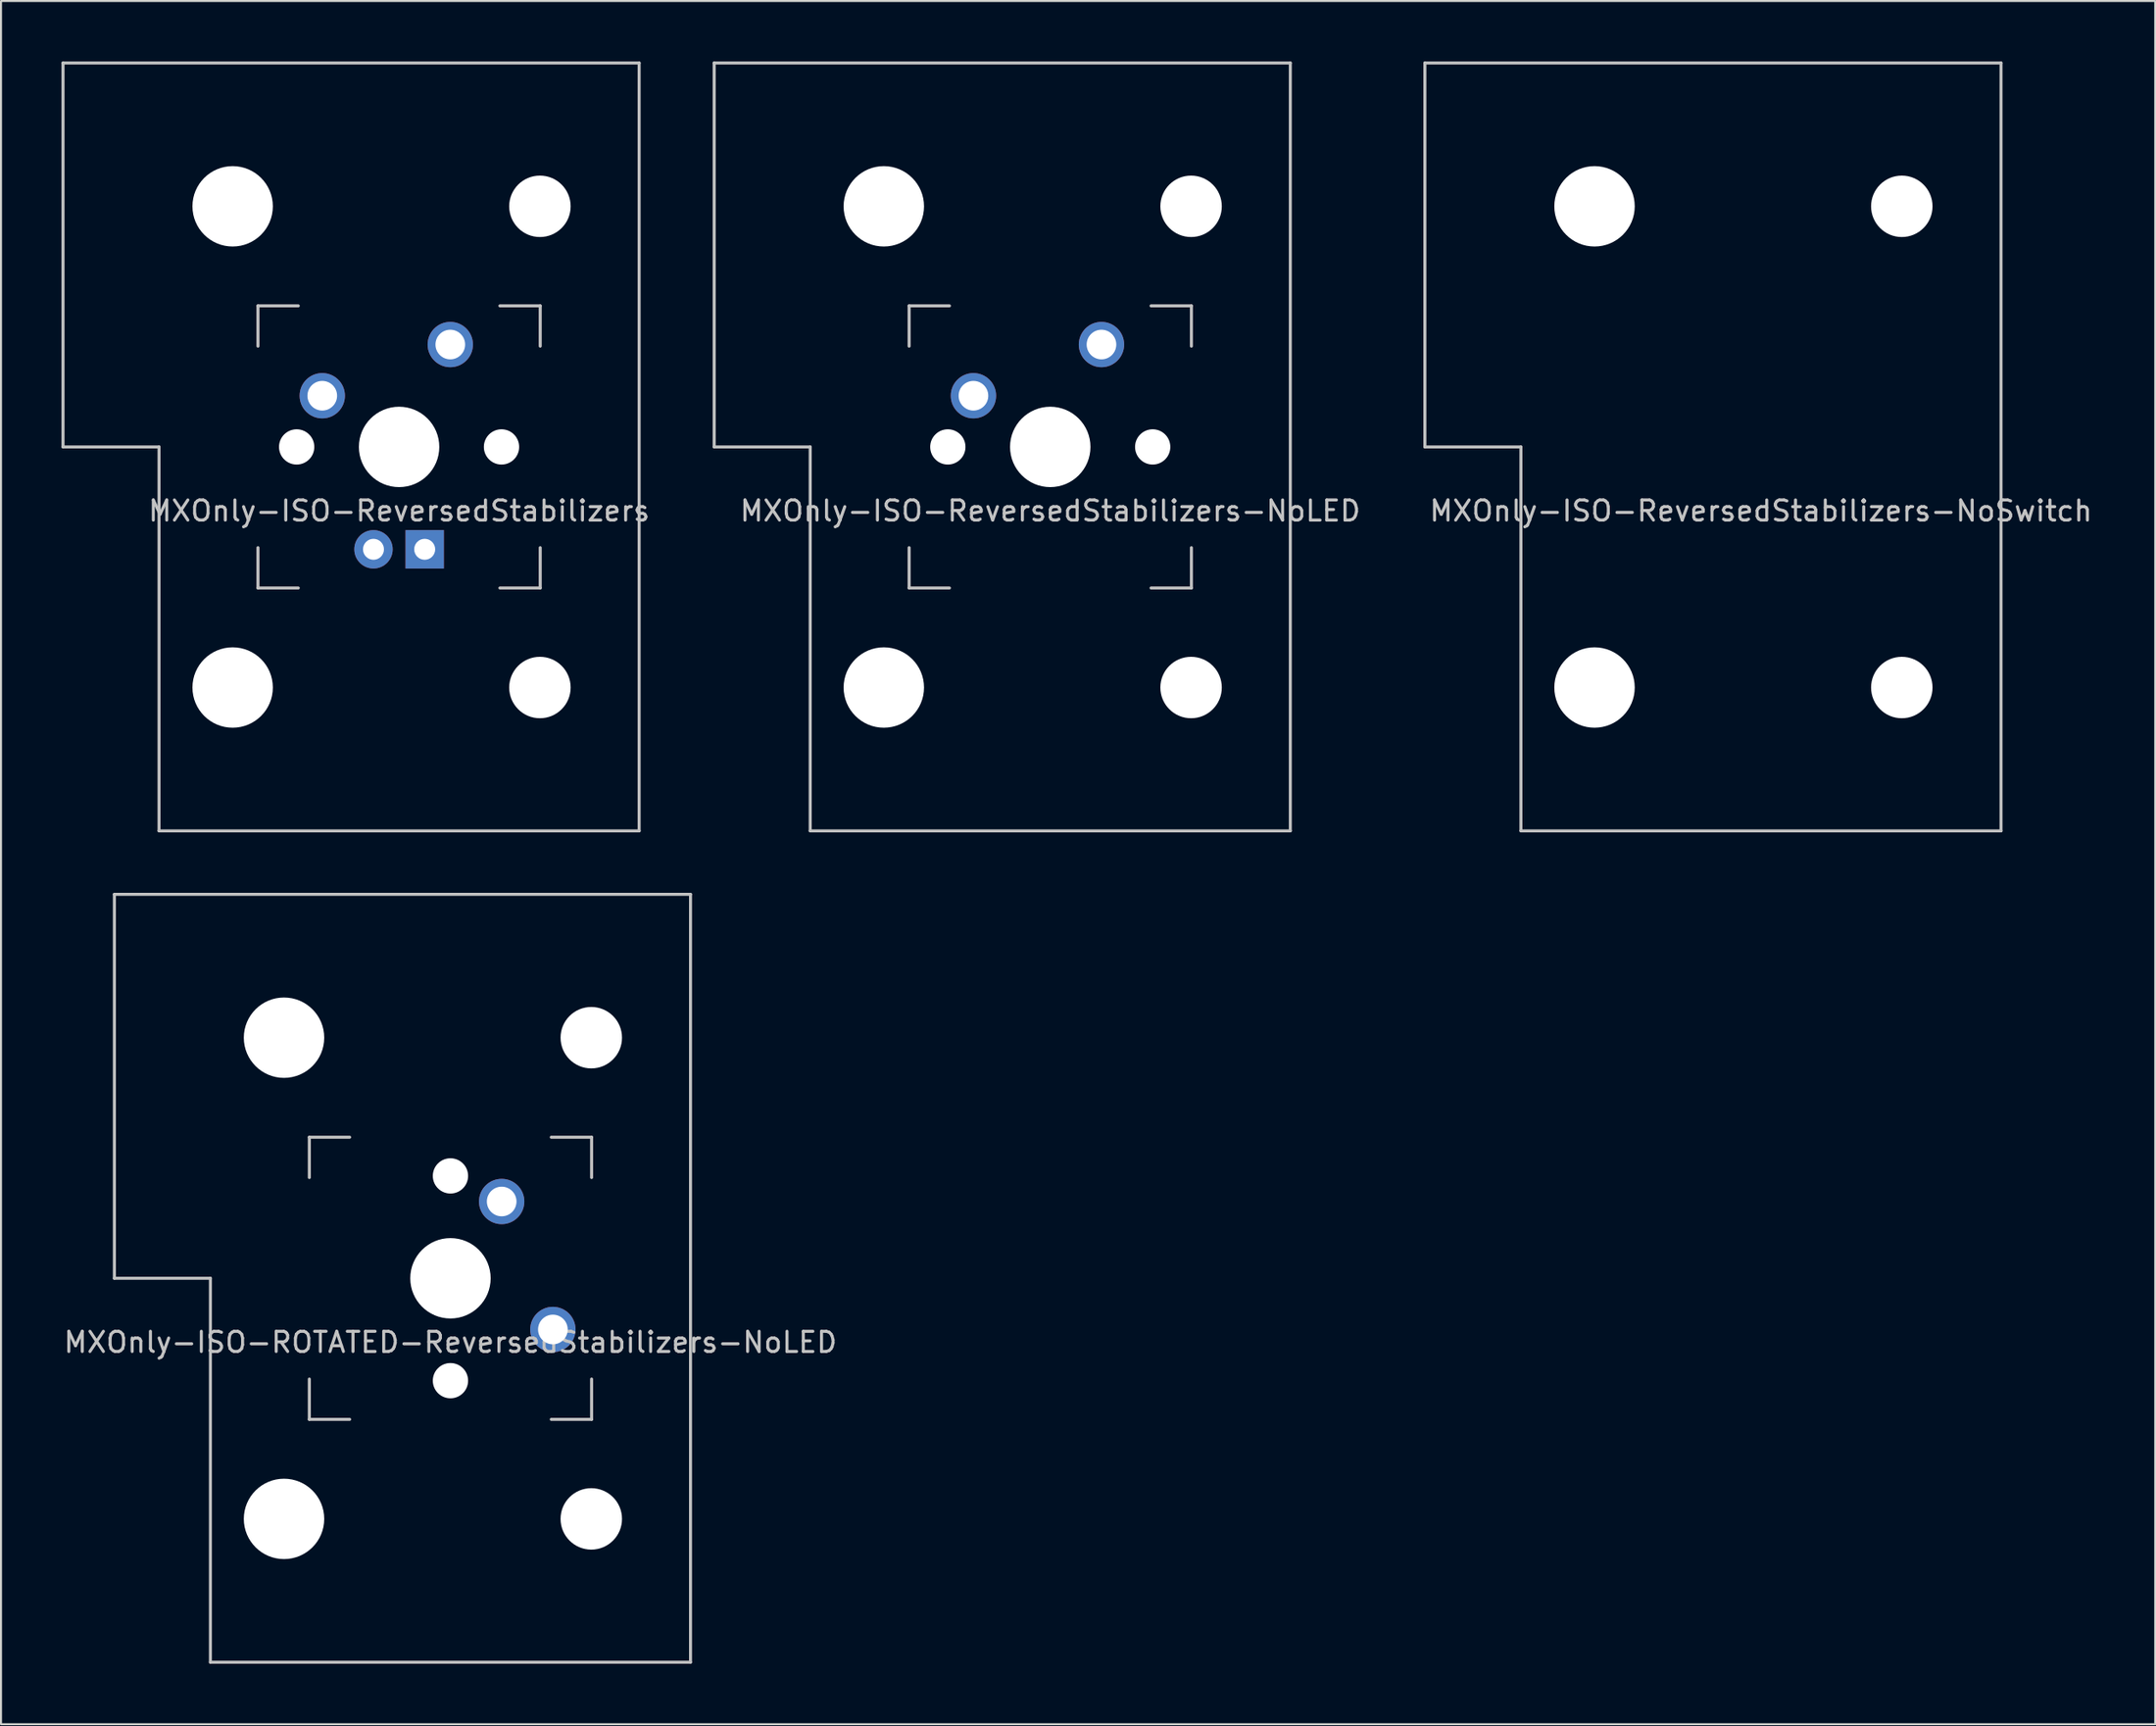
<source format=kicad_pcb>
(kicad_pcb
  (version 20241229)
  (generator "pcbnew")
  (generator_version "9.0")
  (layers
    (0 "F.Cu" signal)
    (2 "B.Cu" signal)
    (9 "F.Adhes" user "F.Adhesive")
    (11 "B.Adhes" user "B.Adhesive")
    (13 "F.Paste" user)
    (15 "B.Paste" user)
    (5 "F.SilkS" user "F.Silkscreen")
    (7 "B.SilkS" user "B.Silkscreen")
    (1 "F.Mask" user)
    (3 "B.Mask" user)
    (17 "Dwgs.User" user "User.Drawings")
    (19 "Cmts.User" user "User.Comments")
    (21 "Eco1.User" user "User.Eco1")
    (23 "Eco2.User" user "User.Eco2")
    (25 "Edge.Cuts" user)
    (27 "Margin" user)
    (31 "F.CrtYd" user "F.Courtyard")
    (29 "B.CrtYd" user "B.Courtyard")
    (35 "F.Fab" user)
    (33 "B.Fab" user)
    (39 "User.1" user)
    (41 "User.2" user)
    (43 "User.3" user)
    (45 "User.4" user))
  (footprint "MXOnly-ISO-ReversedStabilizers"
    (layer "F.Cu")
    (at 16.744 19.125)
    (property "Reference" "MXOnly-ISO-ReversedStabilizers" (at 0 3.175 0) (layer "Dwgs.User") (effects (font (size 1 1) (thickness 0.15))))
    (attr through_hole)
    (fp_line (start -16.669 -19.05) (end -16.669 0) (stroke (width 0.15) (type solid)) (layer "Dwgs.User"))
    (fp_line (start -16.669 -19.05) (end 11.906 -19.05) (stroke (width 0.15) (type solid)) (layer "Dwgs.User"))
    (fp_line (start -11.906 0) (end -16.669 0) (stroke (width 0.15) (type solid)) (layer "Dwgs.User"))
    (fp_line (start -11.906 19.05) (end -11.906 0) (stroke (width 0.15) (type solid)) (layer "Dwgs.User"))
    (fp_line (start -11.906 19.05) (end 11.906 19.05) (stroke (width 0.15) (type solid)) (layer "Dwgs.User"))
    (fp_line (start -7 -7) (end -7 -5) (stroke (width 0.15) (type solid)) (layer "Dwgs.User"))
    (fp_line (start -7 5) (end -7 7) (stroke (width 0.15) (type solid)) (layer "Dwgs.User"))
    (fp_line (start -7 7) (end -5 7) (stroke (width 0.15) (type solid)) (layer "Dwgs.User"))
    (fp_line (start -5 -7) (end -7 -7) (stroke (width 0.15) (type solid)) (layer "Dwgs.User"))
    (fp_line (start 5 -7) (end 7 -7) (stroke (width 0.15) (type solid)) (layer "Dwgs.User"))
    (fp_line (start 5 7) (end 7 7) (stroke (width 0.15) (type solid)) (layer "Dwgs.User"))
    (fp_line (start 7 -7) (end 7 -5) (stroke (width 0.15) (type solid)) (layer "Dwgs.User"))
    (fp_line (start 7 7) (end 7 5) (stroke (width 0.15) (type solid)) (layer "Dwgs.User"))
    (fp_line (start 11.906 -19.05) (end 11.906 19.05) (stroke (width 0.15) (type solid)) (layer "Dwgs.User"))
    (pad "" np_thru_hole circle (at -8.255 -11.938) (size 3.988 3.988) (drill 3.988) (layers "*.Cu" "*.Mask"))
    (pad "" np_thru_hole circle (at -8.255 11.938) (size 3.988 3.988) (drill 3.988) (layers "*.Cu" "*.Mask"))
    (pad "" np_thru_hole circle (at -5.08 0 48.1) (size 1.75 1.75) (drill 1.75) (layers "*.Cu" "*.Mask"))
    (pad "" np_thru_hole circle (at 0 0) (size 3.988 3.988) (drill 3.988) (layers "*.Cu" "*.Mask"))
    (pad "" np_thru_hole circle (at 5.08 0 48.1) (size 1.75 1.75) (drill 1.75) (layers "*.Cu" "*.Mask"))
    (pad "" np_thru_hole circle (at 6.985 -11.938) (size 3.048 3.048) (drill 3.048) (layers "*.Cu" "*.Mask"))
    (pad "" np_thru_hole circle (at 6.985 11.938) (size 3.048 3.048) (drill 3.048) (layers "*.Cu" "*.Mask"))
    (pad "1" thru_hole circle (at -3.81 -2.54) (size 2.25 2.25) (drill 1.47) (layers "*.Cu" "B.Mask"))
    (pad "2" thru_hole circle (at 2.54 -5.08) (size 2.25 2.25) (drill 1.47) (layers "*.Cu" "B.Mask"))
    (pad "3" thru_hole circle (at -1.27 5.08) (size 1.905 1.905) (drill 1.04) (layers "*.Cu" "B.Mask"))
    (pad "4" thru_hole rect (at 1.27 5.08) (size 1.905 1.905) (drill 1.04) (layers "*.Cu" "B.Mask")))
  (footprint "MXOnly-ISO-ROTATED-ReversedStabilizers-NoLED"
    (layer "F.Cu")
    (at 19.292 60.375)
    (property "Reference" "MXOnly-ISO-ROTATED-ReversedStabilizers-NoLED" (at 0 3.175 0) (layer "Dwgs.User") (effects (font (size 1 1) (thickness 0.15))))
    (attr through_hole)
    (fp_line (start -16.669 -19.05) (end -16.669 0) (stroke (width 0.15) (type solid)) (layer "Dwgs.User"))
    (fp_line (start -16.669 -19.05) (end 11.906 -19.05) (stroke (width 0.15) (type solid)) (layer "Dwgs.User"))
    (fp_line (start -11.906 0) (end -16.669 0) (stroke (width 0.15) (type solid)) (layer "Dwgs.User"))
    (fp_line (start -11.906 19.05) (end -11.906 0) (stroke (width 0.15) (type solid)) (layer "Dwgs.User"))
    (fp_line (start -11.906 19.05) (end 11.906 19.05) (stroke (width 0.15) (type solid)) (layer "Dwgs.User"))
    (fp_line (start -7 -7) (end -7 -5) (stroke (width 0.15) (type solid)) (layer "Dwgs.User"))
    (fp_line (start -7 5) (end -7 7) (stroke (width 0.15) (type solid)) (layer "Dwgs.User"))
    (fp_line (start -7 7) (end -5 7) (stroke (width 0.15) (type solid)) (layer "Dwgs.User"))
    (fp_line (start -5 -7) (end -7 -7) (stroke (width 0.15) (type solid)) (layer "Dwgs.User"))
    (fp_line (start 5 -7) (end 7 -7) (stroke (width 0.15) (type solid)) (layer "Dwgs.User"))
    (fp_line (start 5 7) (end 7 7) (stroke (width 0.15) (type solid)) (layer "Dwgs.User"))
    (fp_line (start 7 -7) (end 7 -5) (stroke (width 0.15) (type solid)) (layer "Dwgs.User"))
    (fp_line (start 7 7) (end 7 5) (stroke (width 0.15) (type solid)) (layer "Dwgs.User"))
    (fp_line (start 11.906 -19.05) (end 11.906 19.05) (stroke (width 0.15) (type solid)) (layer "Dwgs.User"))
    (pad "" np_thru_hole circle (at -8.255 -11.938) (size 3.988 3.988) (drill 3.988) (layers "*.Cu" "*.Mask"))
    (pad "" np_thru_hole circle (at -8.255 11.938) (size 3.988 3.988) (drill 3.988) (layers "*.Cu" "*.Mask"))
    (pad "" np_thru_hole circle (at 0 -5.08 48.1) (size 1.75 1.75) (drill 1.75) (layers "*.Cu" "*.Mask"))
    (pad "" np_thru_hole circle (at 0 0) (size 3.988 3.988) (drill 3.988) (layers "*.Cu" "*.Mask"))
    (pad "" np_thru_hole circle (at 0 5.08 48.1) (size 1.75 1.75) (drill 1.75) (layers "*.Cu" "*.Mask"))
    (pad "" np_thru_hole circle (at 6.985 -11.938) (size 3.048 3.048) (drill 3.048) (layers "*.Cu" "*.Mask"))
    (pad "" np_thru_hole circle (at 6.985 11.938) (size 3.048 3.048) (drill 3.048) (layers "*.Cu" "*.Mask"))
    (pad "1" thru_hole circle (at 2.54 -3.81) (size 2.25 2.25) (drill 1.47) (layers "*.Cu" "B.Mask"))
    (pad "2" thru_hole circle (at 5.08 2.54) (size 2.25 2.25) (drill 1.47) (layers "*.Cu" "B.Mask")))
  (footprint "MXOnly-ISO-ReversedStabilizers-NoLED"
    (layer "F.Cu")
    (at 49.041 19.125)
    (property "Reference" "MXOnly-ISO-ReversedStabilizers-NoLED" (at 0 3.175 0) (layer "Dwgs.User") (effects (font (size 1 1) (thickness 0.15))))
    (attr through_hole)
    (fp_line (start -16.669 -19.05) (end -16.669 0) (stroke (width 0.15) (type solid)) (layer "Dwgs.User"))
    (fp_line (start -16.669 -19.05) (end 11.906 -19.05) (stroke (width 0.15) (type solid)) (layer "Dwgs.User"))
    (fp_line (start -11.906 0) (end -16.669 0) (stroke (width 0.15) (type solid)) (layer "Dwgs.User"))
    (fp_line (start -11.906 19.05) (end -11.906 0) (stroke (width 0.15) (type solid)) (layer "Dwgs.User"))
    (fp_line (start -11.906 19.05) (end 11.906 19.05) (stroke (width 0.15) (type solid)) (layer "Dwgs.User"))
    (fp_line (start -7 -7) (end -7 -5) (stroke (width 0.15) (type solid)) (layer "Dwgs.User"))
    (fp_line (start -7 5) (end -7 7) (stroke (width 0.15) (type solid)) (layer "Dwgs.User"))
    (fp_line (start -7 7) (end -5 7) (stroke (width 0.15) (type solid)) (layer "Dwgs.User"))
    (fp_line (start -5 -7) (end -7 -7) (stroke (width 0.15) (type solid)) (layer "Dwgs.User"))
    (fp_line (start 5 -7) (end 7 -7) (stroke (width 0.15) (type solid)) (layer "Dwgs.User"))
    (fp_line (start 5 7) (end 7 7) (stroke (width 0.15) (type solid)) (layer "Dwgs.User"))
    (fp_line (start 7 -7) (end 7 -5) (stroke (width 0.15) (type solid)) (layer "Dwgs.User"))
    (fp_line (start 7 7) (end 7 5) (stroke (width 0.15) (type solid)) (layer "Dwgs.User"))
    (fp_line (start 11.906 -19.05) (end 11.906 19.05) (stroke (width 0.15) (type solid)) (layer "Dwgs.User"))
    (pad "" np_thru_hole circle (at -8.255 -11.938) (size 3.988 3.988) (drill 3.988) (layers "*.Cu" "*.Mask"))
    (pad "" np_thru_hole circle (at -8.255 11.938) (size 3.988 3.988) (drill 3.988) (layers "*.Cu" "*.Mask"))
    (pad "" np_thru_hole circle (at -5.08 0 48.1) (size 1.75 1.75) (drill 1.75) (layers "*.Cu" "*.Mask"))
    (pad "" np_thru_hole circle (at 0 0) (size 3.988 3.988) (drill 3.988) (layers "*.Cu" "*.Mask"))
    (pad "" np_thru_hole circle (at 5.08 0 48.1) (size 1.75 1.75) (drill 1.75) (layers "*.Cu" "*.Mask"))
    (pad "" np_thru_hole circle (at 6.985 -11.938) (size 3.048 3.048) (drill 3.048) (layers "*.Cu" "*.Mask"))
    (pad "" np_thru_hole circle (at 6.985 11.938) (size 3.048 3.048) (drill 3.048) (layers "*.Cu" "*.Mask"))
    (pad "1" thru_hole circle (at -3.81 -2.54) (size 2.25 2.25) (drill 1.47) (layers "*.Cu" "B.Mask"))
    (pad "2" thru_hole circle (at 2.54 -5.08) (size 2.25 2.25) (drill 1.47) (layers "*.Cu" "B.Mask")))
  (footprint "MXOnly-ISO-ReversedStabilizers-NoSwitch"
    (layer "F.Cu")
    (at 84.291 19.125)
    (property "Reference" "MXOnly-ISO-ReversedStabilizers-NoSwitch" (at 0 3.175 0) (layer "Dwgs.User") (effects (font (size 1 1) (thickness 0.15))))
    (attr through_hole)
    (fp_line (start -16.669 -19.05) (end -16.669 0) (stroke (width 0.15) (type solid)) (layer "Dwgs.User"))
    (fp_line (start -16.669 -19.05) (end 11.906 -19.05) (stroke (width 0.15) (type solid)) (layer "Dwgs.User"))
    (fp_line (start -11.906 0) (end -16.669 0) (stroke (width 0.15) (type solid)) (layer "Dwgs.User"))
    (fp_line (start -11.906 19.05) (end -11.906 0) (stroke (width 0.15) (type solid)) (layer "Dwgs.User"))
    (fp_line (start -11.906 19.05) (end 11.906 19.05) (stroke (width 0.15) (type solid)) (layer "Dwgs.User"))
    (fp_line (start 11.906 -19.05) (end 11.906 19.05) (stroke (width 0.15) (type solid)) (layer "Dwgs.User"))
    (pad "" np_thru_hole circle (at -8.255 -11.938) (size 3.988 3.988) (drill 3.988) (layers "*.Cu" "*.Mask"))
    (pad "" np_thru_hole circle (at -8.255 11.938) (size 3.988 3.988) (drill 3.988) (layers "*.Cu" "*.Mask"))
    (pad "" np_thru_hole circle (at 6.985 -11.938) (size 3.048 3.048) (drill 3.048) (layers "*.Cu" "*.Mask"))
    (pad "" np_thru_hole circle (at 6.985 11.938) (size 3.048 3.048) (drill 3.048) (layers "*.Cu" "*.Mask")))
  (gr_rect
    (start -3 -3)
    (end 103.844 82.5)
    (stroke (width 0.1) (type default))
    (fill no)
    (layer "Edge.Cuts")))
</source>
